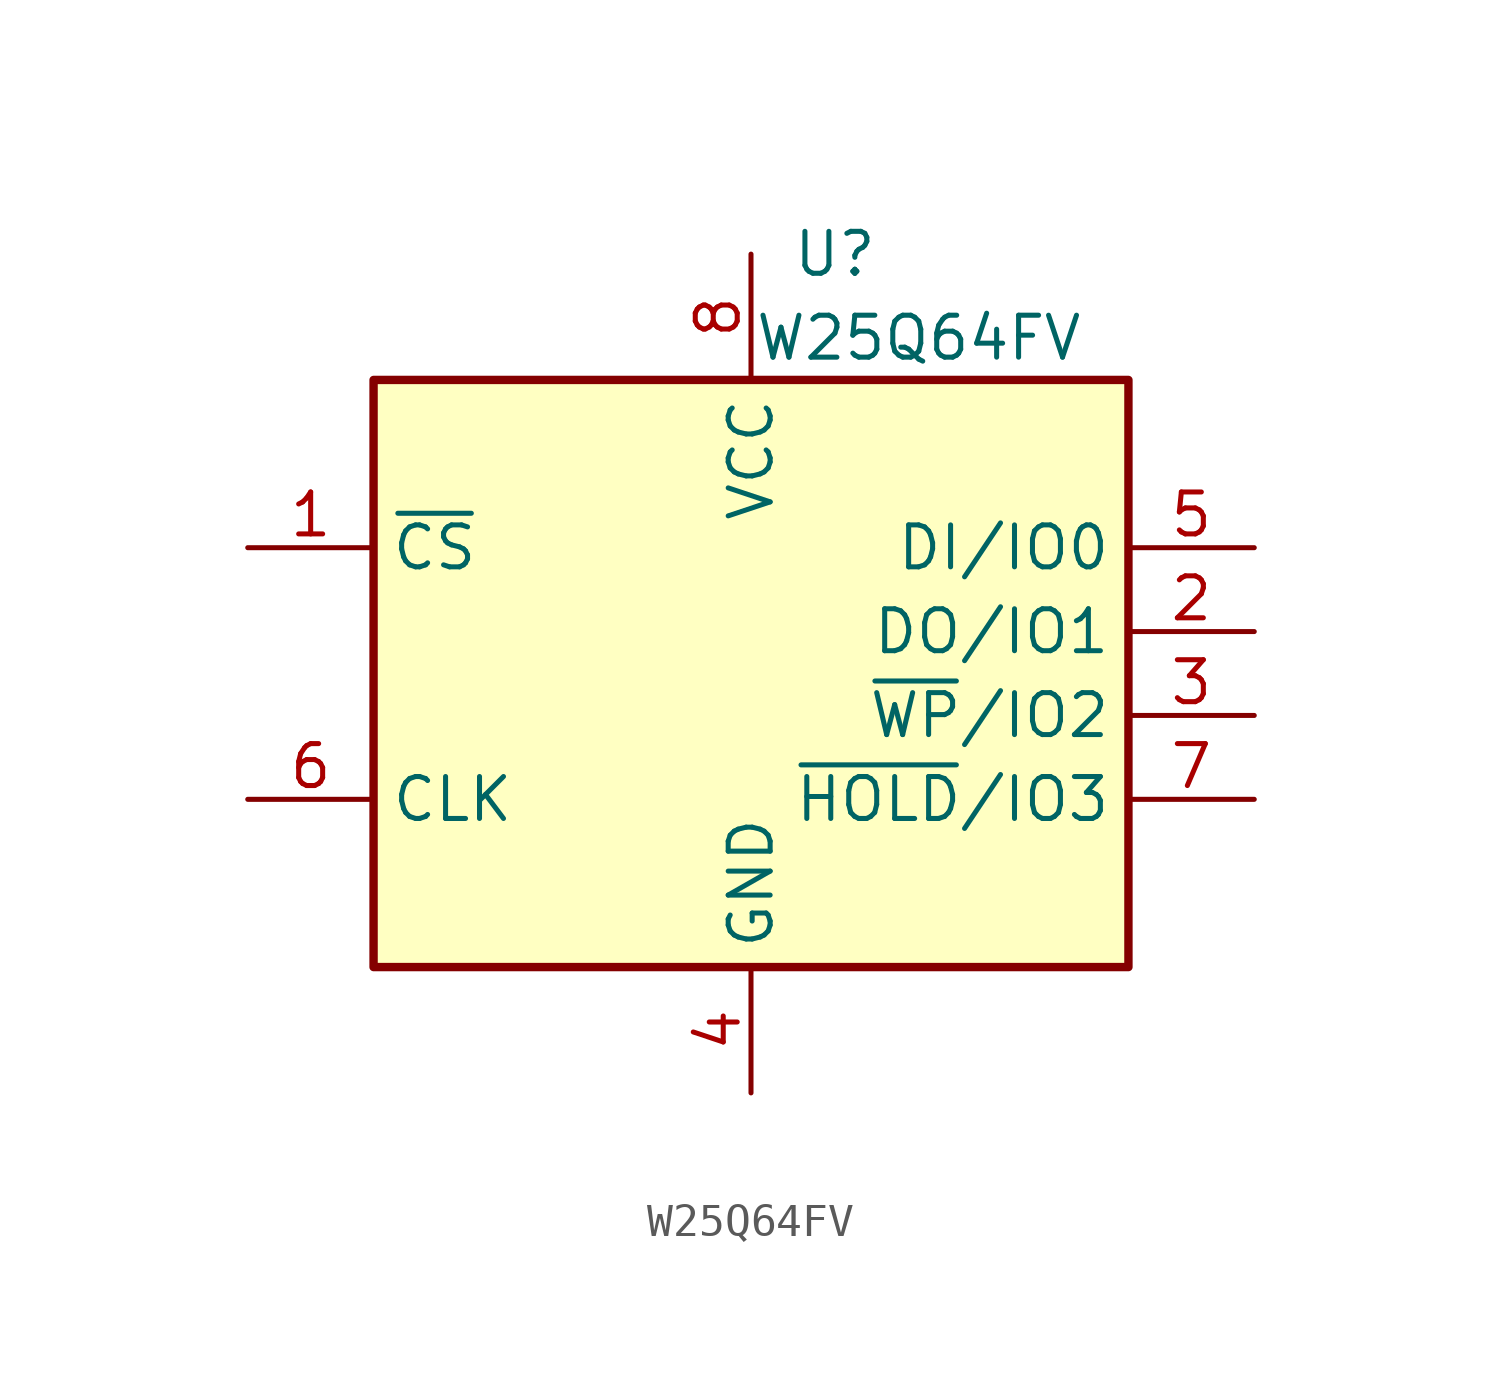
<source format=kicad_sym>
(kicad_symbol_lib
  (version 20211014)
  (generator kicad_symbol_editor)
  (symbol "W25Q64FV"
    (property "Reference" "U"
      (at 2.54 12.7 0)
      (effects (font (size 1.27 1.27))))
    (property "Value" "W25Q64FV"
      (at 5.08 10.16 0)
      (effects (font (size 1.27 1.27))))
    (symbol "W25Q64FV_1_1"
      (rectangle (start -11.43 8.89) (end 11.43 -8.89) (stroke (width 0.254) (type default) (color 0 0 0 0)) (fill (type background)))
      (pin input line (at -15.24 3.81 0) (length 3.81) (name "~{CS}" (effects (font (size 1.27 1.27)))) (number "1" (effects (font (size 1.27 1.27)))))
      (pin bidirectional line (at 15.24 1.27 180) (length 3.81) (name "DO/IO1" (effects (font (size 1.27 1.27)))) (number "2" (effects (font (size 1.27 1.27)))))
      (pin passive line (at 15.24 -1.27 180) (length 3.81) (name "~{WP}/IO2" (effects (font (size 1.27 1.27)))) (number "3" (effects (font (size 1.27 1.27)))))
      (pin power_in line (at 0 -12.7 90) (length 3.81) (name "GND" (effects (font (size 1.27 1.27)))) (number "4" (effects (font (size 1.27 1.27)))))
      (pin bidirectional line (at 15.24 3.81 180) (length 3.81) (name "DI/IO0" (effects (font (size 1.27 1.27)))) (number "5" (effects (font (size 1.27 1.27)))))
      (pin input line (at -15.24 -3.81 0) (length 3.81) (name "CLK" (effects (font (size 1.27 1.27)))) (number "6" (effects (font (size 1.27 1.27)))))
      (pin passive line (at 15.24 -3.81 180) (length 3.81) (name "~{HOLD}/IO3" (effects (font (size 1.27 1.27)))) (number "7" (effects (font (size 1.27 1.27)))))
      (pin power_in line (at 0 12.7 270) (length 3.81) (name "VCC" (effects (font (size 1.27 1.27)))) (number "8" (effects (font (size 1.27 1.27))))))))
</source>
